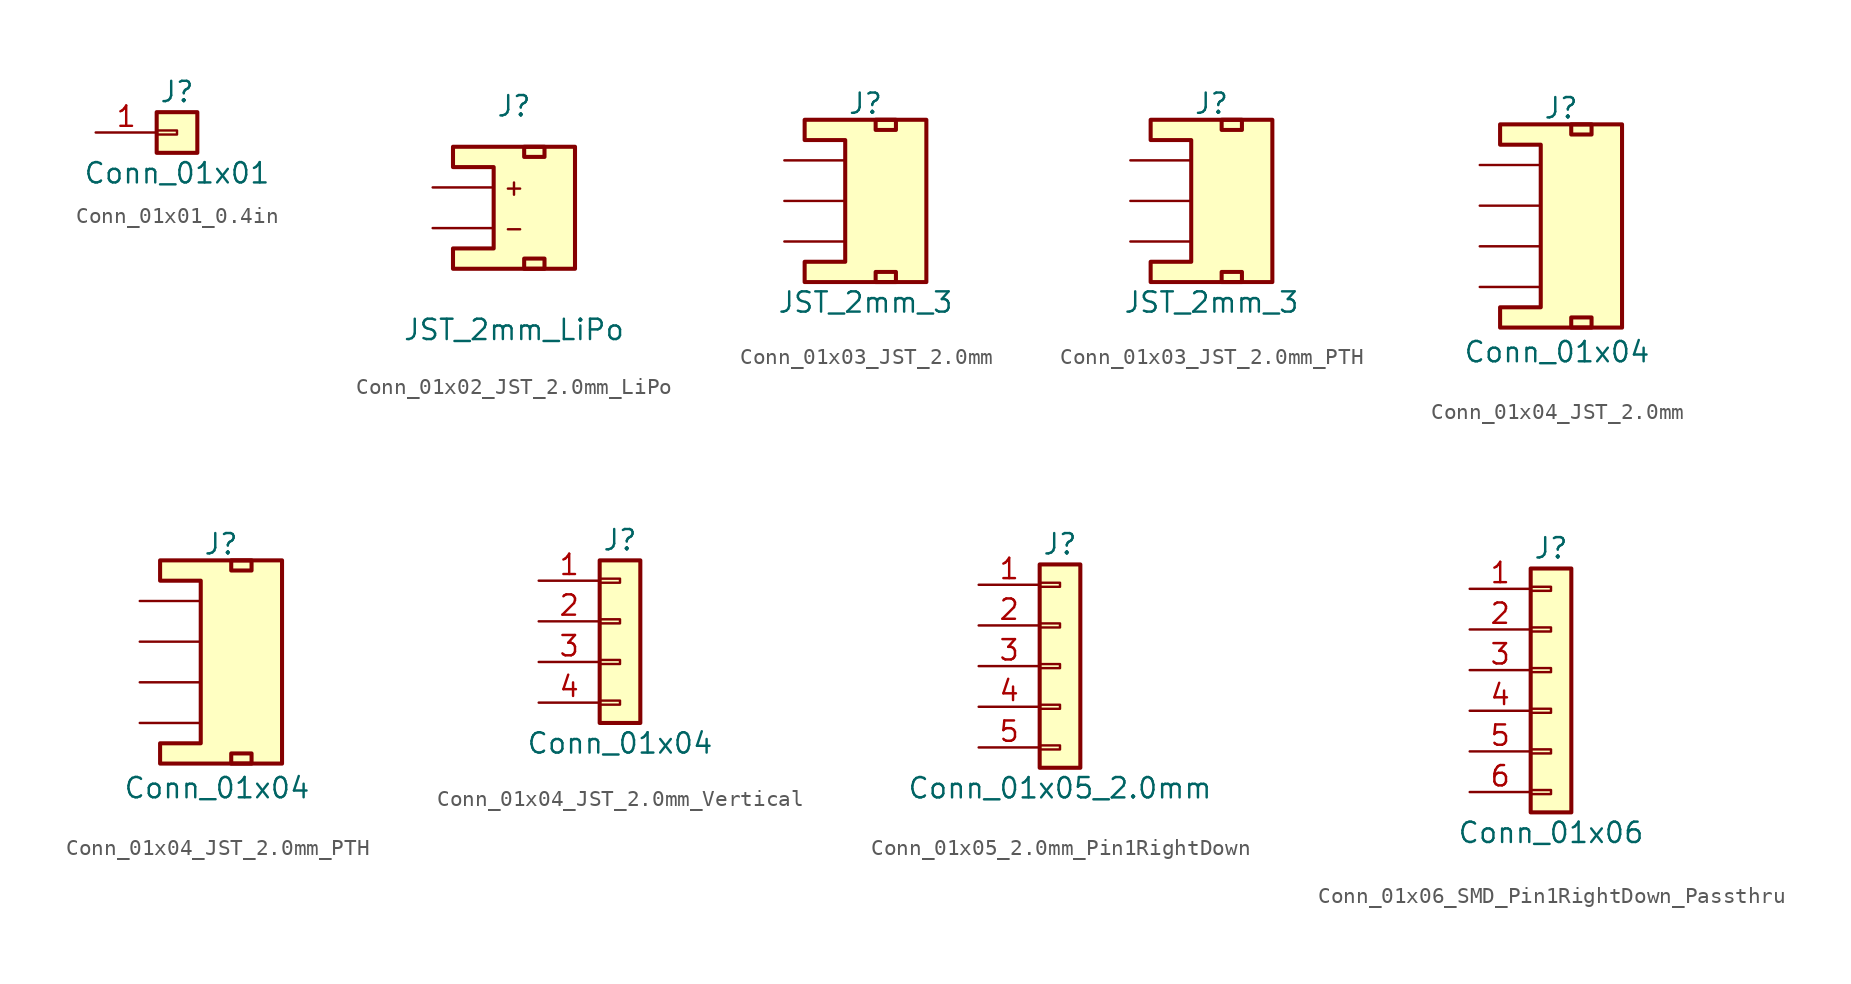
<source format=kicad_sym>
(kicad_symbol_lib
  (version 20231120)
  (generator "kicad_symbol_editor")
  (generator_version "8.0")
  (symbol "Conn_01x01_0.4in"
    (pin_names
      (offset 1.016) hide)
    (property "Reference" "J"
      (at 0 2.54 0)
      (effects (font (size 1.27 1.27))))
    (property "Value" "Conn_01x01"
      (at 0 -2.54 0)
      (effects (font (size 1.27 1.27))))
    (symbol "Conn_01x01_0.4in_1_1"
      (rectangle (start -1.27 0.127) (end 0 -0.127) (stroke (width 0.152) (type default)) (fill (type none)))
      (rectangle (start -1.27 1.27) (end 1.27 -1.27) (stroke (width 0.254) (type default)) (fill (type background)))
      (pin passive line (at -5.08 0 0) (length 3.81) (name "Pin_1" (effects (font (size 1.27 1.27)))) (number "1" (effects (font (size 1.27 1.27)))))))
  (symbol "Conn_01x02_JST_2.0mm_LiPo"
    (pin_numbers hide)
    (pin_names
      (offset 1.016) hide)
    (property "Reference" "J"
      (at 0 5.08 0)
      (effects (font (size 1.27 1.27))))
    (property "Value" "JST_2mm_LiPo"
      (at 0 -8.89 0)
      (effects (font (size 1.27 1.27))))
    (symbol "Conn_01x02_JST_2.0mm_LiPo_1_1"
      (polyline (pts (xy -1.27 1.27) (xy -3.81 1.27) (xy -3.81 2.54) (xy 3.81 2.54) (xy 3.81 -5.08) (xy -3.81 -5.08) (xy -3.81 -3.81) (xy -1.27 -3.81) (xy -1.27 1.27)) (stroke (width 0.254) (type default)) (fill (type background)))
      (rectangle (start 0.635 -4.445) (end 1.905 -5.08) (stroke (width 0.254) (type default)) (fill (type none)))
      (rectangle (start 0.635 2.54) (end 1.905 1.905) (stroke (width 0.254) (type default)) (fill (type none)))
      (text "+" (at 0 0 0) (effects (font (size 1 1))))
      (text "-" (at 0 -2.54 0) (effects (font (size 1 1))))
      (pin passive line (at -5.08 -2.54 0) (length 3.81) (name "-" (effects (font (size 1.27 1.27)))) (number "1" (effects (font (size 1.27 1.27)))))
      (pin passive line (at -5.08 0 0) (length 3.81) (name "+" (effects (font (size 1.27 1.27)))) (number "2" (effects (font (size 1.27 1.27)))))
      (pin no_connect line (at 1.27 -1.27 0) (length 2.54) hide (name "NC1" (effects (font (size 1.27 1.27)))) (number "NC1" (effects (font (size 1.27 1.27)))))
      (pin no_connect line (at 1.27 -1.27 0) (length 2.54) hide (name "NC2" (effects (font (size 1.27 1.27)))) (number "NC2" (effects (font (size 1.27 1.27)))))))
  (symbol "Conn_01x03_JST_2.0mm"
    (pin_numbers hide)
    (pin_names
      (offset 1.016) hide)
    (property "Reference" "J"
      (at 0 6.096 0)
      (effects (font (size 1.27 1.27))))
    (property "Value" "JST_2mm_3"
      (at 0 -6.35 0)
      (effects (font (size 1.27 1.27))))
    (symbol "Conn_01x03_JST_2.0mm_1_1"
      (polyline (pts (xy -1.27 3.81) (xy -3.81 3.81) (xy -3.81 5.08) (xy 3.81 5.08) (xy 3.81 -5.08) (xy -3.81 -5.08) (xy -3.81 -3.81) (xy -1.27 -3.81) (xy -1.27 3.81)) (stroke (width 0.254) (type default)) (fill (type background)))
      (rectangle (start 0.635 -4.445) (end 1.905 -5.08) (stroke (width 0.254) (type default)) (fill (type none)))
      (rectangle (start 0.635 5.08) (end 1.905 4.445) (stroke (width 0.254) (type default)) (fill (type none)))
      (pin passive line (at -5.08 2.54 0) (length 3.81) (name "1" (effects (font (size 1.27 1.27)))) (number "1" (effects (font (size 1.27 1.27)))))
      (pin passive line (at -5.08 0 0) (length 3.81) (name "2" (effects (font (size 1.27 1.27)))) (number "2" (effects (font (size 1.27 1.27)))))
      (pin passive line (at -5.08 -2.54 0) (length 3.81) (name "3" (effects (font (size 1.27 1.27)))) (number "3" (effects (font (size 1.27 1.27)))))))
  (symbol "Conn_01x03_JST_2.0mm_PTH"
    (pin_numbers hide)
    (pin_names
      (offset 1.016) hide)
    (property "Reference" "J"
      (at 0 6.096 0)
      (effects (font (size 1.27 1.27))))
    (property "Value" "JST_2mm_3"
      (at 0 -6.35 0)
      (effects (font (size 1.27 1.27))))
    (symbol "Conn_01x03_JST_2.0mm_PTH_1_1"
      (polyline (pts (xy -1.27 3.81) (xy -3.81 3.81) (xy -3.81 5.08) (xy 3.81 5.08) (xy 3.81 -5.08) (xy -3.81 -5.08) (xy -3.81 -3.81) (xy -1.27 -3.81) (xy -1.27 3.81)) (stroke (width 0.254) (type default)) (fill (type background)))
      (rectangle (start 0.635 -4.445) (end 1.905 -5.08) (stroke (width 0.254) (type default)) (fill (type none)))
      (rectangle (start 0.635 5.08) (end 1.905 4.445) (stroke (width 0.254) (type default)) (fill (type none)))
      (pin passive line (at -5.08 2.54 0) (length 3.81) (name "1" (effects (font (size 1.27 1.27)))) (number "1" (effects (font (size 1.27 1.27)))))
      (pin passive line (at -5.08 0 0) (length 3.81) (name "2" (effects (font (size 1.27 1.27)))) (number "2" (effects (font (size 1.27 1.27)))))
      (pin passive line (at -5.08 -2.54 0) (length 3.81) (name "3" (effects (font (size 1.27 1.27)))) (number "3" (effects (font (size 1.27 1.27)))))))
  (symbol "Conn_01x04_JST_2.0mm"
    (pin_numbers hide)
    (pin_names
      (offset 1.016) hide)
    (property "Reference" "J"
      (at 0 6.096 0)
      (effects (font (size 1.27 1.27))))
    (property "Value" "Conn_01x04"
      (at -0.254 -9.144 0)
      (effects (font (size 1.27 1.27))))
    (symbol "Conn_01x04_JST_2.0mm_1_1"
      (polyline (pts (xy -1.27 3.81) (xy -3.81 3.81) (xy -3.81 5.08) (xy 3.81 5.08) (xy 3.81 -7.62) (xy -3.81 -7.62) (xy -3.81 -6.35) (xy -1.27 -6.35) (xy -1.27 3.81)) (stroke (width 0.254) (type default)) (fill (type background)))
      (rectangle (start 0.635 -6.985) (end 1.905 -7.62) (stroke (width 0.254) (type default)) (fill (type none)))
      (rectangle (start 0.635 5.08) (end 1.905 4.445) (stroke (width 0.254) (type default)) (fill (type none)))
      (pin passive line (at -5.08 2.54 0) (length 3.81) (name "1" (effects (font (size 1.27 1.27)))) (number "1" (effects (font (size 1.27 1.27)))))
      (pin passive line (at -5.08 0 0) (length 3.81) (name "2" (effects (font (size 1.27 1.27)))) (number "2" (effects (font (size 1.27 1.27)))))
      (pin passive line (at -5.08 -2.54 0) (length 3.81) (name "3" (effects (font (size 1.27 1.27)))) (number "3" (effects (font (size 1.27 1.27)))))
      (pin passive line (at -5.08 -5.08 0) (length 3.81) (name "4" (effects (font (size 1.27 1.27)))) (number "4" (effects (font (size 1.27 1.27)))))))
  (symbol "Conn_01x04_JST_2.0mm_PTH"
    (pin_numbers hide)
    (pin_names
      (offset 1.016) hide)
    (property "Reference" "J"
      (at 0 6.096 0)
      (effects (font (size 1.27 1.27))))
    (property "Value" "Conn_01x04"
      (at -0.254 -9.144 0)
      (effects (font (size 1.27 1.27))))
    (symbol "Conn_01x04_JST_2.0mm_PTH_1_1"
      (polyline (pts (xy -1.27 3.81) (xy -3.81 3.81) (xy -3.81 5.08) (xy 3.81 5.08) (xy 3.81 -7.62) (xy -3.81 -7.62) (xy -3.81 -6.35) (xy -1.27 -6.35) (xy -1.27 3.81)) (stroke (width 0.254) (type default)) (fill (type background)))
      (rectangle (start 0.635 -6.985) (end 1.905 -7.62) (stroke (width 0.254) (type default)) (fill (type none)))
      (rectangle (start 0.635 5.08) (end 1.905 4.445) (stroke (width 0.254) (type default)) (fill (type none)))
      (pin passive line (at -5.08 2.54 0) (length 3.81) (name "1" (effects (font (size 1.27 1.27)))) (number "1" (effects (font (size 1.27 1.27)))))
      (pin passive line (at -5.08 0 0) (length 3.81) (name "2" (effects (font (size 1.27 1.27)))) (number "2" (effects (font (size 1.27 1.27)))))
      (pin passive line (at -5.08 -2.54 0) (length 3.81) (name "3" (effects (font (size 1.27 1.27)))) (number "3" (effects (font (size 1.27 1.27)))))
      (pin passive line (at -5.08 -5.08 0) (length 3.81) (name "4" (effects (font (size 1.27 1.27)))) (number "4" (effects (font (size 1.27 1.27)))))))
  (symbol "Conn_01x04_JST_2.0mm_Vertical"
    (pin_names
      (offset 1.016) hide)
    (property "Reference" "J"
      (at 0 5.08 0)
      (effects (font (size 1.27 1.27))))
    (property "Value" "Conn_01x04"
      (at 0 -7.62 0)
      (effects (font (size 1.27 1.27))))
    (symbol "Conn_01x04_JST_2.0mm_Vertical_1_1"
      (rectangle (start -1.27 -4.953) (end 0 -5.207) (stroke (width 0.152) (type default)) (fill (type none)))
      (rectangle (start -1.27 -2.413) (end 0 -2.667) (stroke (width 0.152) (type default)) (fill (type none)))
      (rectangle (start -1.27 0.127) (end 0 -0.127) (stroke (width 0.152) (type default)) (fill (type none)))
      (rectangle (start -1.27 2.667) (end 0 2.413) (stroke (width 0.152) (type default)) (fill (type none)))
      (rectangle (start -1.27 3.81) (end 1.27 -6.35) (stroke (width 0.254) (type default)) (fill (type background)))
      (pin passive line (at -5.08 2.54 0) (length 3.81) (name "Pin_1" (effects (font (size 1.27 1.27)))) (number "1" (effects (font (size 1.27 1.27)))))
      (pin passive line (at -5.08 0 0) (length 3.81) (name "Pin_2" (effects (font (size 1.27 1.27)))) (number "2" (effects (font (size 1.27 1.27)))))
      (pin passive line (at -5.08 -2.54 0) (length 3.81) (name "Pin_3" (effects (font (size 1.27 1.27)))) (number "3" (effects (font (size 1.27 1.27)))))
      (pin passive line (at -5.08 -5.08 0) (length 3.81) (name "Pin_4" (effects (font (size 1.27 1.27)))) (number "4" (effects (font (size 1.27 1.27)))))))
  (symbol "Conn_01x05_2.0mm_Pin1RightDown"
    (pin_names
      (offset 1.016) hide)
    (property "Reference" "J"
      (at 0 7.62 0)
      (effects (font (size 1.27 1.27))))
    (property "Value" "Conn_01x05_2.0mm"
      (at 0 -7.62 0)
      (effects (font (size 1.27 1.27))))
    (symbol "Conn_01x05_2.0mm_Pin1RightDown_1_1"
      (rectangle (start -1.27 -4.953) (end 0 -5.207) (stroke (width 0.152) (type default)) (fill (type none)))
      (rectangle (start -1.27 -2.413) (end 0 -2.667) (stroke (width 0.152) (type default)) (fill (type none)))
      (rectangle (start -1.27 0.127) (end 0 -0.127) (stroke (width 0.152) (type default)) (fill (type none)))
      (rectangle (start -1.27 2.667) (end 0 2.413) (stroke (width 0.152) (type default)) (fill (type none)))
      (rectangle (start -1.27 5.207) (end 0 4.953) (stroke (width 0.152) (type default)) (fill (type none)))
      (rectangle (start -1.27 6.35) (end 1.27 -6.35) (stroke (width 0.254) (type default)) (fill (type background)))
      (pin passive line (at -5.08 5.08 0) (length 3.81) (name "Pin_1" (effects (font (size 1.27 1.27)))) (number "1" (effects (font (size 1.27 1.27)))))
      (pin passive line (at -5.08 2.54 0) (length 3.81) (name "Pin_2" (effects (font (size 1.27 1.27)))) (number "2" (effects (font (size 1.27 1.27)))))
      (pin passive line (at -5.08 0 0) (length 3.81) (name "Pin_3" (effects (font (size 1.27 1.27)))) (number "3" (effects (font (size 1.27 1.27)))))
      (pin passive line (at -5.08 -2.54 0) (length 3.81) (name "Pin_4" (effects (font (size 1.27 1.27)))) (number "4" (effects (font (size 1.27 1.27)))))
      (pin passive line (at -5.08 -5.08 0) (length 3.81) (name "Pin_5" (effects (font (size 1.27 1.27)))) (number "5" (effects (font (size 1.27 1.27)))))))
  (symbol "Conn_01x06_SMD_Pin1RightDown_Passthru"
    (pin_names
      (offset 1.016) hide)
    (property "Reference" "J"
      (at 0 7.62 0)
      (effects (font (size 1.27 1.27))))
    (property "Value" "Conn_01x06"
      (at 0 -10.16 0)
      (effects (font (size 1.27 1.27))))
    (symbol "Conn_01x06_SMD_Pin1RightDown_Passthru_1_1"
      (rectangle (start -1.27 -7.493) (end 0 -7.747) (stroke (width 0.152) (type default)) (fill (type none)))
      (rectangle (start -1.27 -4.953) (end 0 -5.207) (stroke (width 0.152) (type default)) (fill (type none)))
      (rectangle (start -1.27 -2.413) (end 0 -2.667) (stroke (width 0.152) (type default)) (fill (type none)))
      (rectangle (start -1.27 0.127) (end 0 -0.127) (stroke (width 0.152) (type default)) (fill (type none)))
      (rectangle (start -1.27 2.667) (end 0 2.413) (stroke (width 0.152) (type default)) (fill (type none)))
      (rectangle (start -1.27 5.207) (end 0 4.953) (stroke (width 0.152) (type default)) (fill (type none)))
      (rectangle (start -1.27 6.35) (end 1.27 -8.89) (stroke (width 0.254) (type default)) (fill (type background)))
      (pin passive line (at -5.08 5.08 0) (length 3.81) (name "Pin_1" (effects (font (size 1.27 1.27)))) (number "1" (effects (font (size 1.27 1.27)))))
      (pin passive line (at -5.08 2.54 0) (length 3.81) (name "Pin_2" (effects (font (size 1.27 1.27)))) (number "2" (effects (font (size 1.27 1.27)))))
      (pin passive line (at -5.08 0 0) (length 3.81) (name "Pin_3" (effects (font (size 1.27 1.27)))) (number "3" (effects (font (size 1.27 1.27)))))
      (pin passive line (at -5.08 -2.54 0) (length 3.81) (name "Pin_4" (effects (font (size 1.27 1.27)))) (number "4" (effects (font (size 1.27 1.27)))))
      (pin passive line (at -5.08 -5.08 0) (length 3.81) (name "Pin_5" (effects (font (size 1.27 1.27)))) (number "5" (effects (font (size 1.27 1.27)))))
      (pin passive line (at -5.08 -7.62 0) (length 3.81) (name "Pin_6" (effects (font (size 1.27 1.27)))) (number "6" (effects (font (size 1.27 1.27))))))))
</source>
